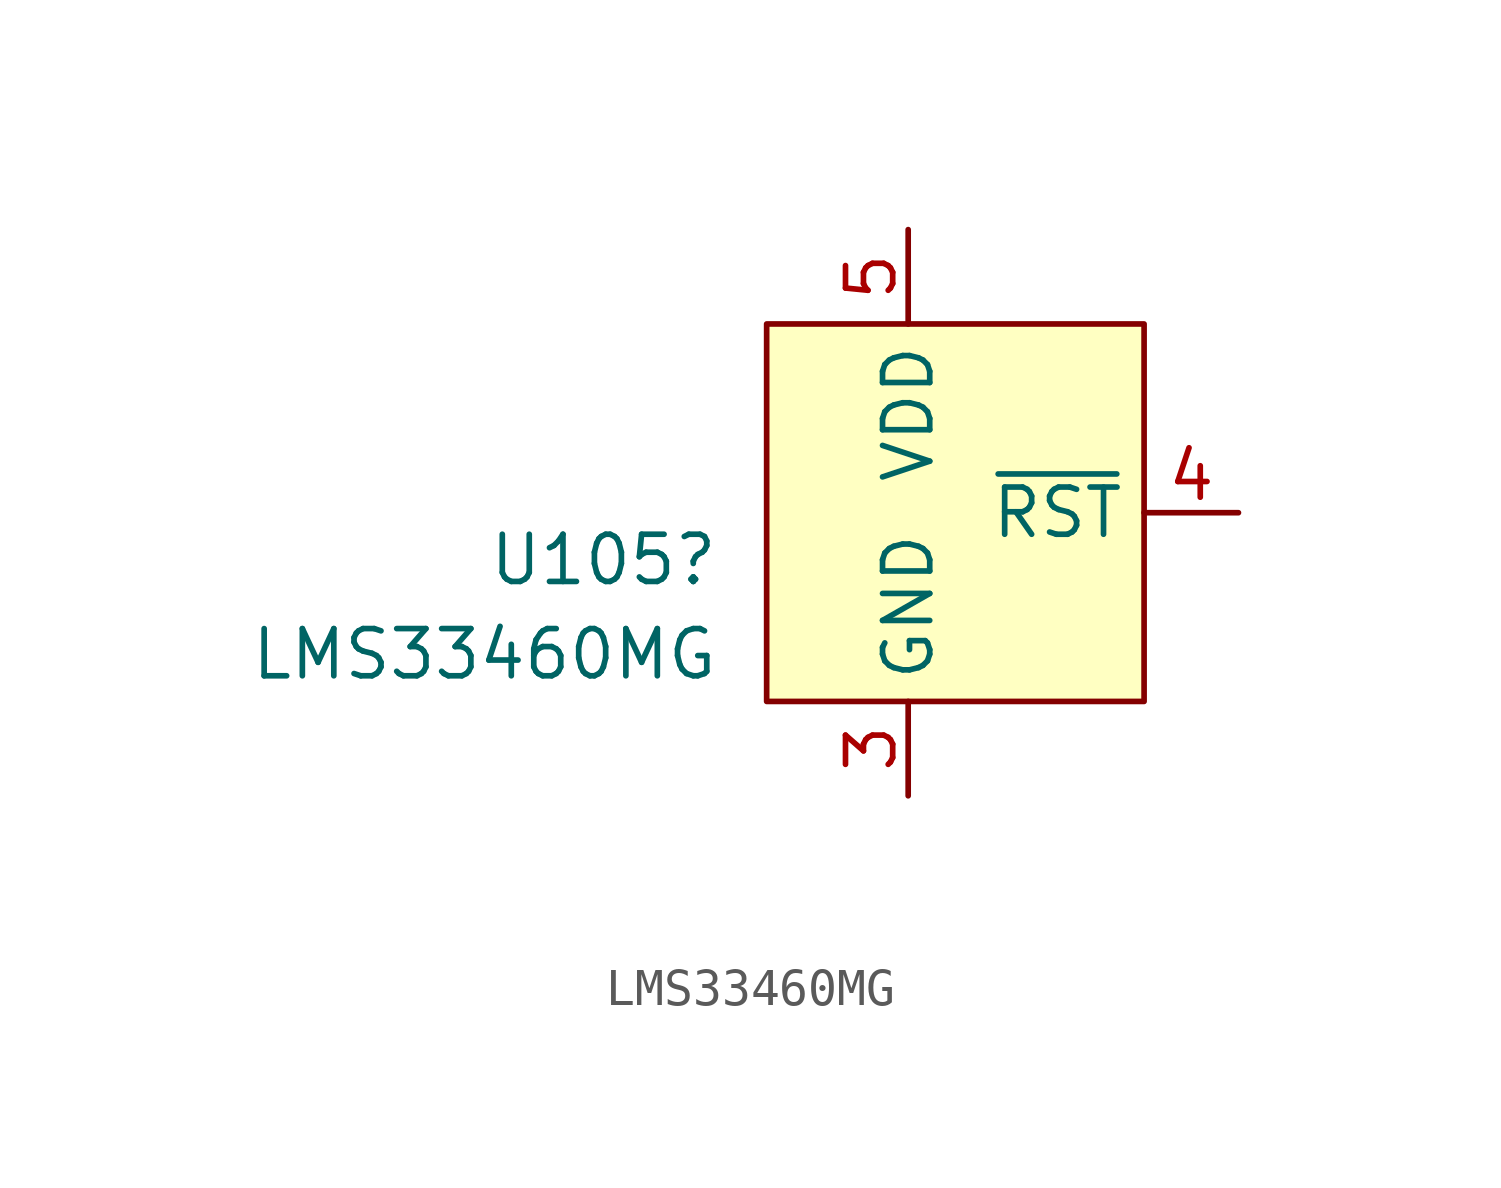
<source format=kicad_sym>
(kicad_symbol_lib
  (version 20211014)
  (generator kicad_symbol_editor)
  (symbol "LMS33460MG"
    (property "Reference" "U105"
      (at -5.08 -1.27 0)
      (effects (font (size 1.27 1.27)) (justify right)))
    (property "Value" "LMS33460MG"
      (at -5.08 -3.81 0)
      (effects (font (size 1.27 1.27)) (justify right)))
    (symbol "LMS33460MG_0_1"
      (rectangle (start -3.81 5.08) (end 6.35 -5.08) (stroke (width 0) (type default) (color 0 0 0 0)) (fill (type background))))
    (symbol "LMS33460MG_1_1"
      (pin input line (at 0 -7.62 270) (length 2.54) hide (name "GND" (effects (font (size 1.27 1.27)))) (number "2" (effects (font (size 1.27 1.27)))))
      (pin input line (at 0 -7.62 90) (length 2.54) (name "GND" (effects (font (size 1.27 1.27)))) (number "3" (effects (font (size 1.27 1.27)))))
      (pin output line (at 8.89 0 180) (length 2.54) (name "~{RST}" (effects (font (size 1.27 1.27)))) (number "4" (effects (font (size 1.27 1.27)))))
      (pin input line (at 0 7.62 270) (length 2.54) (name "VDD" (effects (font (size 1.27 1.27)))) (number "5" (effects (font (size 1.27 1.27))))))))
</source>
